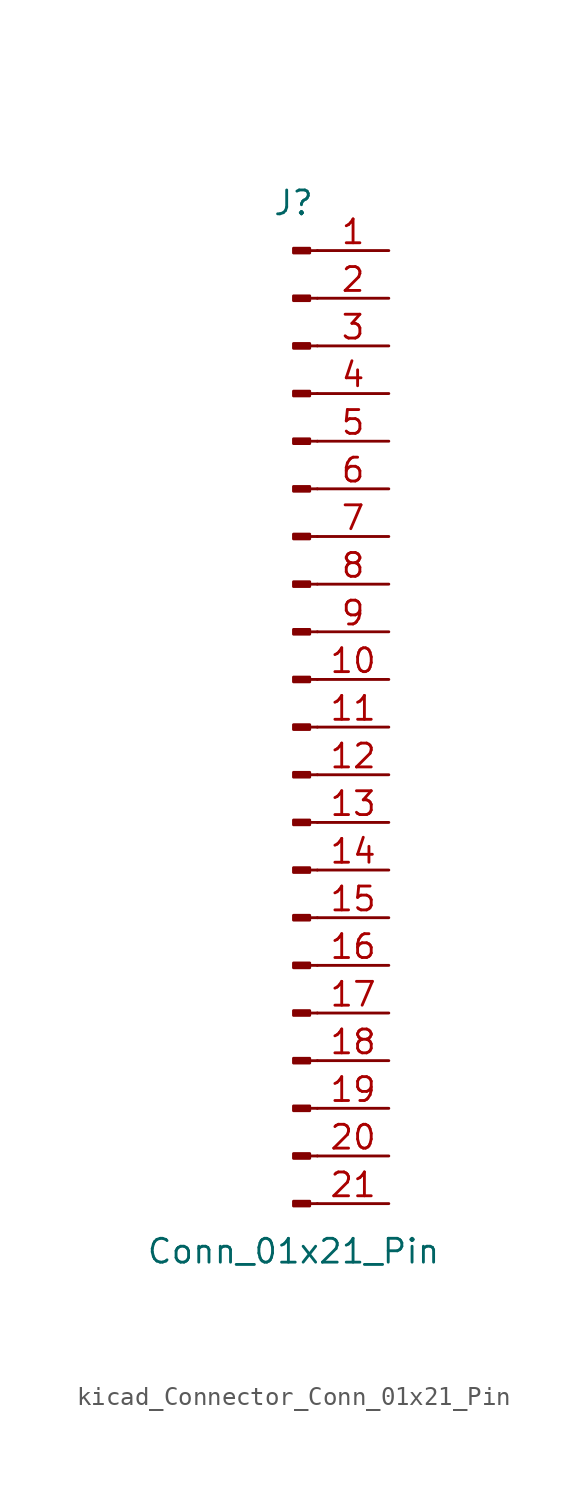
<source format=kicad_sym>
(kicad_symbol_lib
  (version 20220914)
  (generator kicad_symbol_editor)
  (symbol "kicad_Connector_Conn_01x21_Pin"
    (pin_names
      (offset 1.016) hide)
    (property "Reference" "J"
      (at 0 27.94 0)
      (effects (font (size 1.27 1.27))))
    (property "Value" "Conn_01x21_Pin"
      (at 0 -27.94 0)
      (effects (font (size 1.27 1.27))))
    (property "ki_locked" ""
      (at 0 0 0)
      (effects (font (size 1.27 1.27))))
    (symbol "kicad_Connector_Conn_01x21_Pin_1_1"
      (polyline (pts (xy 1.27 -25.4) (xy 0.864 -25.4)) (stroke (width 0.152) (type default)) (fill (type none)))
      (polyline (pts (xy 1.27 -22.86) (xy 0.864 -22.86)) (stroke (width 0.152) (type default)) (fill (type none)))
      (polyline (pts (xy 1.27 -20.32) (xy 0.864 -20.32)) (stroke (width 0.152) (type default)) (fill (type none)))
      (polyline (pts (xy 1.27 -17.78) (xy 0.864 -17.78)) (stroke (width 0.152) (type default)) (fill (type none)))
      (polyline (pts (xy 1.27 -15.24) (xy 0.864 -15.24)) (stroke (width 0.152) (type default)) (fill (type none)))
      (polyline (pts (xy 1.27 -12.7) (xy 0.864 -12.7)) (stroke (width 0.152) (type default)) (fill (type none)))
      (polyline (pts (xy 1.27 -10.16) (xy 0.864 -10.16)) (stroke (width 0.152) (type default)) (fill (type none)))
      (polyline (pts (xy 1.27 -7.62) (xy 0.864 -7.62)) (stroke (width 0.152) (type default)) (fill (type none)))
      (polyline (pts (xy 1.27 -5.08) (xy 0.864 -5.08)) (stroke (width 0.152) (type default)) (fill (type none)))
      (polyline (pts (xy 1.27 -2.54) (xy 0.864 -2.54)) (stroke (width 0.152) (type default)) (fill (type none)))
      (polyline (pts (xy 1.27 0) (xy 0.864 0)) (stroke (width 0.152) (type default)) (fill (type none)))
      (polyline (pts (xy 1.27 2.54) (xy 0.864 2.54)) (stroke (width 0.152) (type default)) (fill (type none)))
      (polyline (pts (xy 1.27 5.08) (xy 0.864 5.08)) (stroke (width 0.152) (type default)) (fill (type none)))
      (polyline (pts (xy 1.27 7.62) (xy 0.864 7.62)) (stroke (width 0.152) (type default)) (fill (type none)))
      (polyline (pts (xy 1.27 10.16) (xy 0.864 10.16)) (stroke (width 0.152) (type default)) (fill (type none)))
      (polyline (pts (xy 1.27 12.7) (xy 0.864 12.7)) (stroke (width 0.152) (type default)) (fill (type none)))
      (polyline (pts (xy 1.27 15.24) (xy 0.864 15.24)) (stroke (width 0.152) (type default)) (fill (type none)))
      (polyline (pts (xy 1.27 17.78) (xy 0.864 17.78)) (stroke (width 0.152) (type default)) (fill (type none)))
      (polyline (pts (xy 1.27 20.32) (xy 0.864 20.32)) (stroke (width 0.152) (type default)) (fill (type none)))
      (polyline (pts (xy 1.27 22.86) (xy 0.864 22.86)) (stroke (width 0.152) (type default)) (fill (type none)))
      (polyline (pts (xy 1.27 25.4) (xy 0.864 25.4)) (stroke (width 0.152) (type default)) (fill (type none)))
      (rectangle (start 0.864 -25.273) (end 0 -25.527) (stroke (width 0.152) (type default)) (fill (type outline)))
      (rectangle (start 0.864 -22.733) (end 0 -22.987) (stroke (width 0.152) (type default)) (fill (type outline)))
      (rectangle (start 0.864 -20.193) (end 0 -20.447) (stroke (width 0.152) (type default)) (fill (type outline)))
      (rectangle (start 0.864 -17.653) (end 0 -17.907) (stroke (width 0.152) (type default)) (fill (type outline)))
      (rectangle (start 0.864 -15.113) (end 0 -15.367) (stroke (width 0.152) (type default)) (fill (type outline)))
      (rectangle (start 0.864 -12.573) (end 0 -12.827) (stroke (width 0.152) (type default)) (fill (type outline)))
      (rectangle (start 0.864 -10.033) (end 0 -10.287) (stroke (width 0.152) (type default)) (fill (type outline)))
      (rectangle (start 0.864 -7.493) (end 0 -7.747) (stroke (width 0.152) (type default)) (fill (type outline)))
      (rectangle (start 0.864 -4.953) (end 0 -5.207) (stroke (width 0.152) (type default)) (fill (type outline)))
      (rectangle (start 0.864 -2.413) (end 0 -2.667) (stroke (width 0.152) (type default)) (fill (type outline)))
      (rectangle (start 0.864 0.127) (end 0 -0.127) (stroke (width 0.152) (type default)) (fill (type outline)))
      (rectangle (start 0.864 2.667) (end 0 2.413) (stroke (width 0.152) (type default)) (fill (type outline)))
      (rectangle (start 0.864 5.207) (end 0 4.953) (stroke (width 0.152) (type default)) (fill (type outline)))
      (rectangle (start 0.864 7.747) (end 0 7.493) (stroke (width 0.152) (type default)) (fill (type outline)))
      (rectangle (start 0.864 10.287) (end 0 10.033) (stroke (width 0.152) (type default)) (fill (type outline)))
      (rectangle (start 0.864 12.827) (end 0 12.573) (stroke (width 0.152) (type default)) (fill (type outline)))
      (rectangle (start 0.864 15.367) (end 0 15.113) (stroke (width 0.152) (type default)) (fill (type outline)))
      (rectangle (start 0.864 17.907) (end 0 17.653) (stroke (width 0.152) (type default)) (fill (type outline)))
      (rectangle (start 0.864 20.447) (end 0 20.193) (stroke (width 0.152) (type default)) (fill (type outline)))
      (rectangle (start 0.864 22.987) (end 0 22.733) (stroke (width 0.152) (type default)) (fill (type outline)))
      (rectangle (start 0.864 25.527) (end 0 25.273) (stroke (width 0.152) (type default)) (fill (type outline)))
      (pin passive line (at 5.08 25.4 180) (length 3.81) (name "Pin_1" (effects (font (size 1.27 1.27)))) (number "1" (effects (font (size 1.27 1.27)))))
      (pin passive line (at 5.08 2.54 180) (length 3.81) (name "Pin_10" (effects (font (size 1.27 1.27)))) (number "10" (effects (font (size 1.27 1.27)))))
      (pin passive line (at 5.08 0 180) (length 3.81) (name "Pin_11" (effects (font (size 1.27 1.27)))) (number "11" (effects (font (size 1.27 1.27)))))
      (pin passive line (at 5.08 -2.54 180) (length 3.81) (name "Pin_12" (effects (font (size 1.27 1.27)))) (number "12" (effects (font (size 1.27 1.27)))))
      (pin passive line (at 5.08 -5.08 180) (length 3.81) (name "Pin_13" (effects (font (size 1.27 1.27)))) (number "13" (effects (font (size 1.27 1.27)))))
      (pin passive line (at 5.08 -7.62 180) (length 3.81) (name "Pin_14" (effects (font (size 1.27 1.27)))) (number "14" (effects (font (size 1.27 1.27)))))
      (pin passive line (at 5.08 -10.16 180) (length 3.81) (name "Pin_15" (effects (font (size 1.27 1.27)))) (number "15" (effects (font (size 1.27 1.27)))))
      (pin passive line (at 5.08 -12.7 180) (length 3.81) (name "Pin_16" (effects (font (size 1.27 1.27)))) (number "16" (effects (font (size 1.27 1.27)))))
      (pin passive line (at 5.08 -15.24 180) (length 3.81) (name "Pin_17" (effects (font (size 1.27 1.27)))) (number "17" (effects (font (size 1.27 1.27)))))
      (pin passive line (at 5.08 -17.78 180) (length 3.81) (name "Pin_18" (effects (font (size 1.27 1.27)))) (number "18" (effects (font (size 1.27 1.27)))))
      (pin passive line (at 5.08 -20.32 180) (length 3.81) (name "Pin_19" (effects (font (size 1.27 1.27)))) (number "19" (effects (font (size 1.27 1.27)))))
      (pin passive line (at 5.08 22.86 180) (length 3.81) (name "Pin_2" (effects (font (size 1.27 1.27)))) (number "2" (effects (font (size 1.27 1.27)))))
      (pin passive line (at 5.08 -22.86 180) (length 3.81) (name "Pin_20" (effects (font (size 1.27 1.27)))) (number "20" (effects (font (size 1.27 1.27)))))
      (pin passive line (at 5.08 -25.4 180) (length 3.81) (name "Pin_21" (effects (font (size 1.27 1.27)))) (number "21" (effects (font (size 1.27 1.27)))))
      (pin passive line (at 5.08 20.32 180) (length 3.81) (name "Pin_3" (effects (font (size 1.27 1.27)))) (number "3" (effects (font (size 1.27 1.27)))))
      (pin passive line (at 5.08 17.78 180) (length 3.81) (name "Pin_4" (effects (font (size 1.27 1.27)))) (number "4" (effects (font (size 1.27 1.27)))))
      (pin passive line (at 5.08 15.24 180) (length 3.81) (name "Pin_5" (effects (font (size 1.27 1.27)))) (number "5" (effects (font (size 1.27 1.27)))))
      (pin passive line (at 5.08 12.7 180) (length 3.81) (name "Pin_6" (effects (font (size 1.27 1.27)))) (number "6" (effects (font (size 1.27 1.27)))))
      (pin passive line (at 5.08 10.16 180) (length 3.81) (name "Pin_7" (effects (font (size 1.27 1.27)))) (number "7" (effects (font (size 1.27 1.27)))))
      (pin passive line (at 5.08 7.62 180) (length 3.81) (name "Pin_8" (effects (font (size 1.27 1.27)))) (number "8" (effects (font (size 1.27 1.27)))))
      (pin passive line (at 5.08 5.08 180) (length 3.81) (name "Pin_9" (effects (font (size 1.27 1.27)))) (number "9" (effects (font (size 1.27 1.27))))))))
</source>
